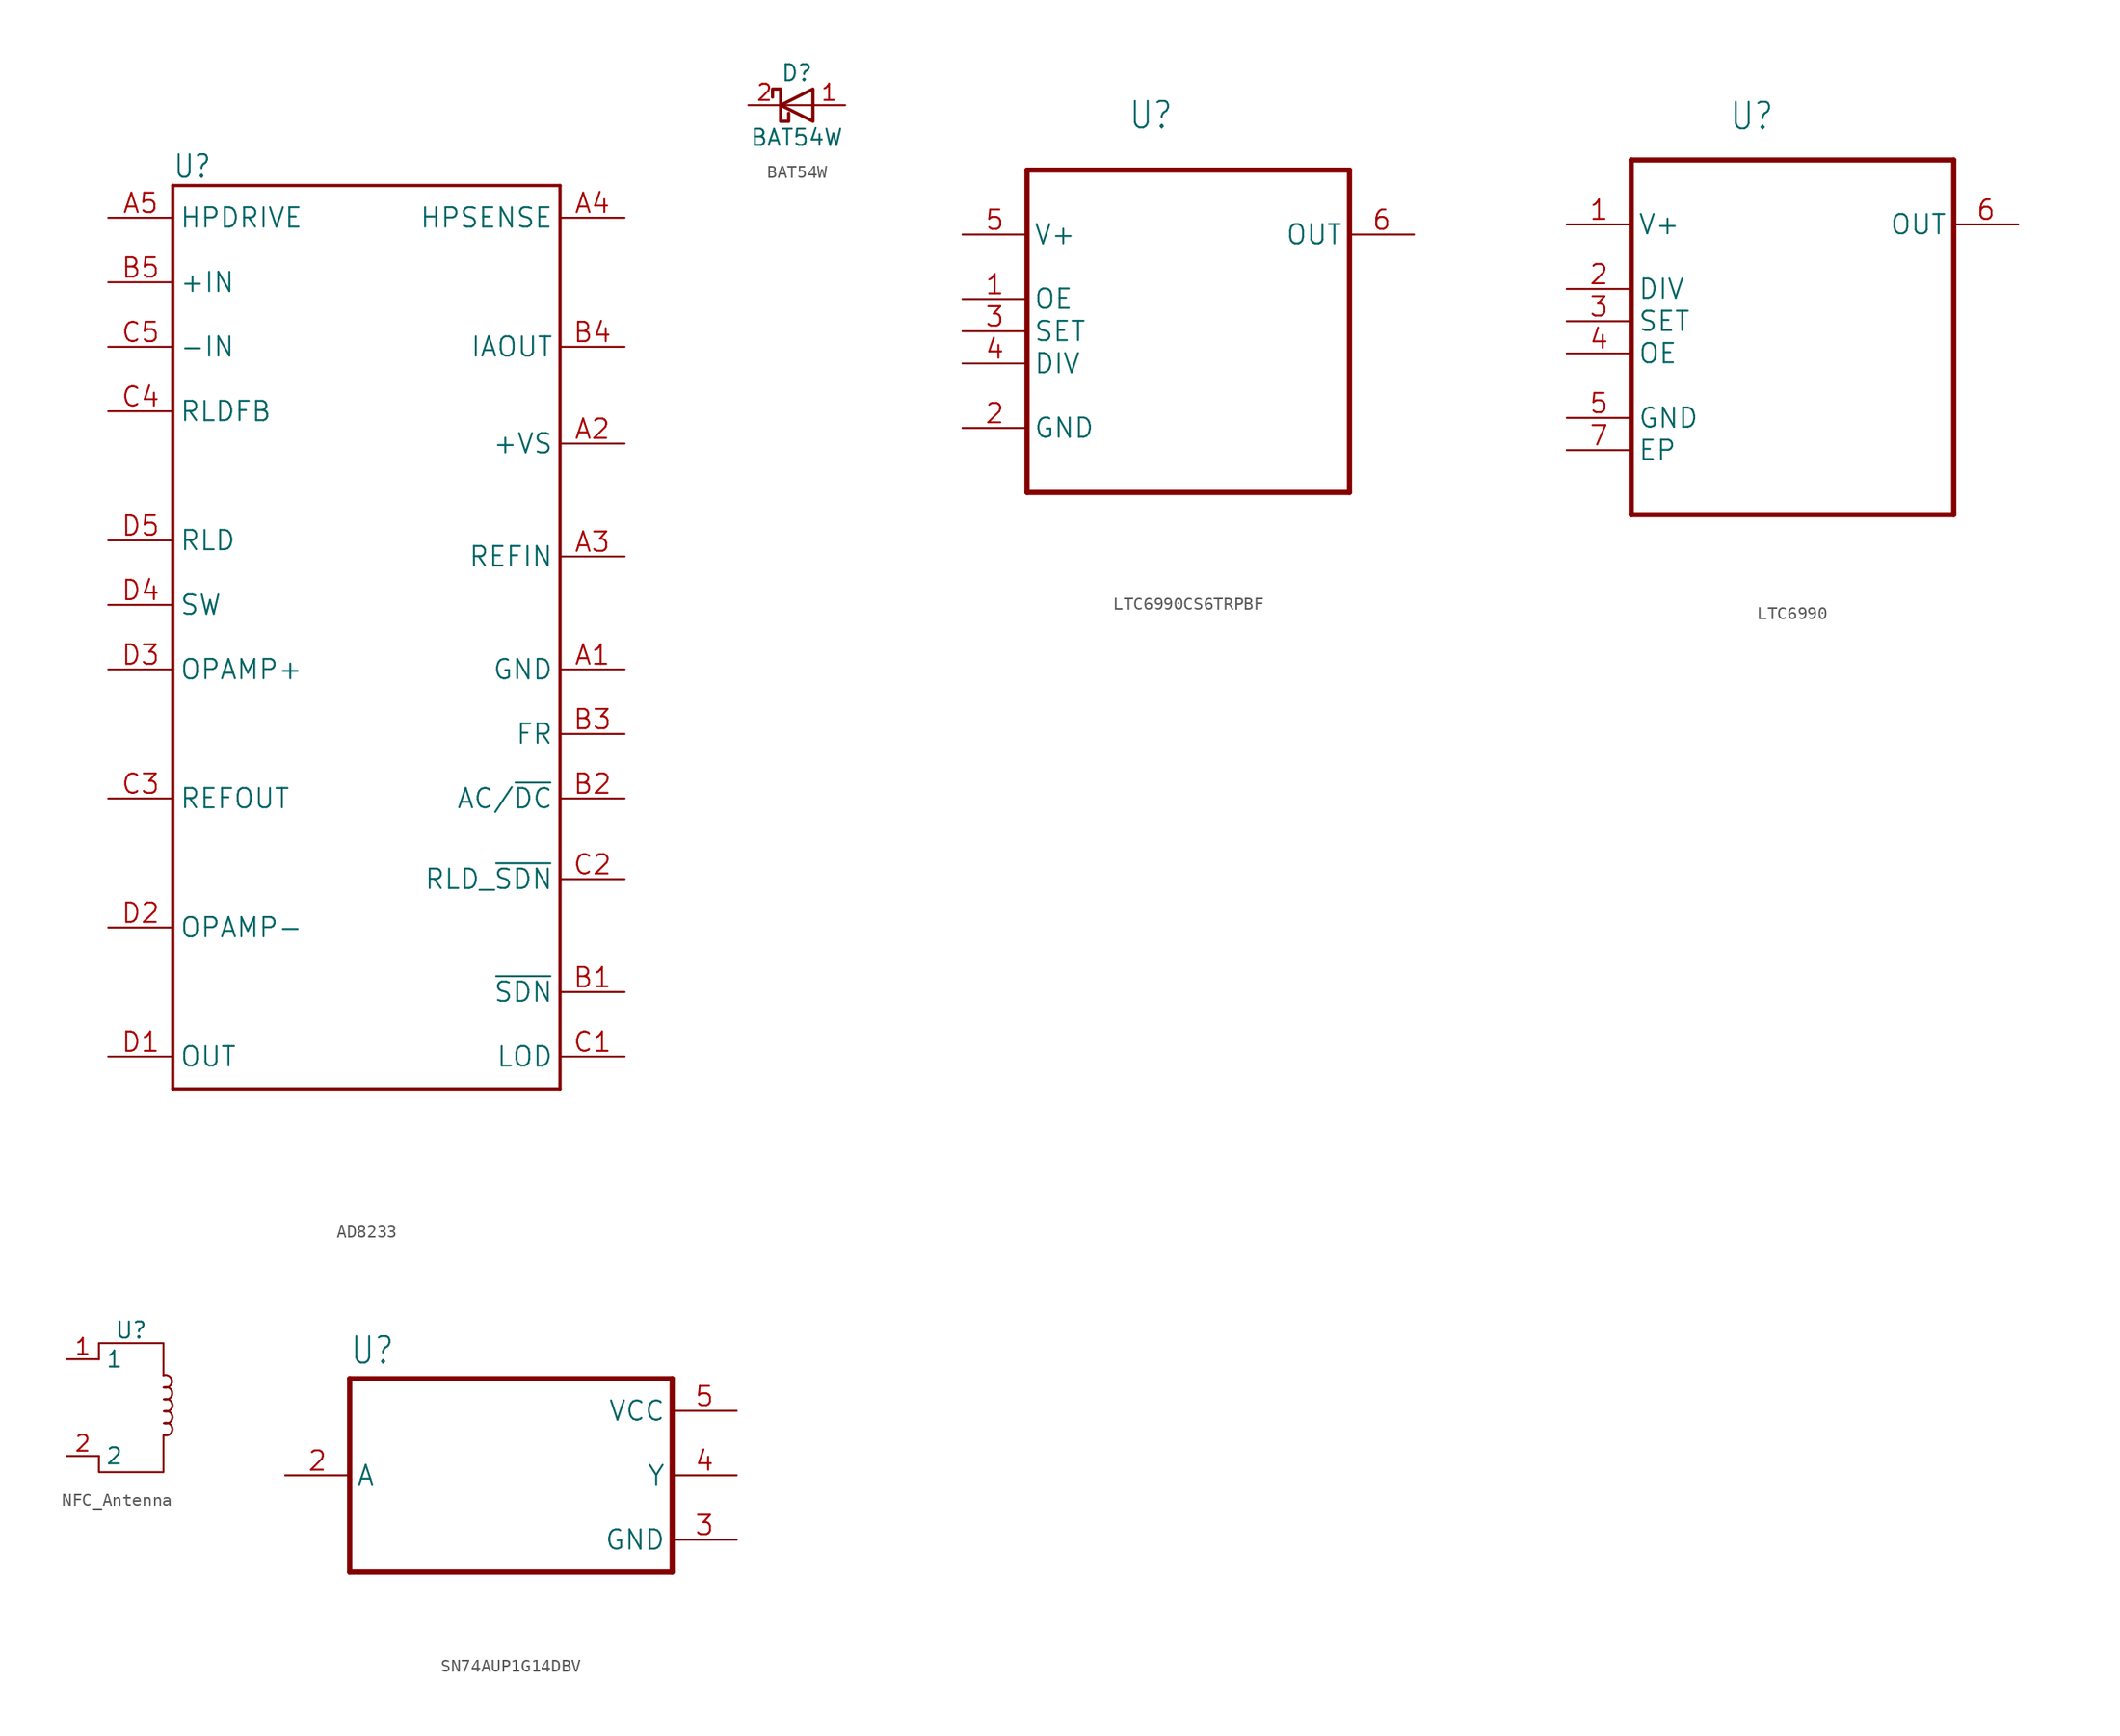
<source format=kicad_sym>
(kicad_symbol_lib
  (version 20241209)
  (generator "kicad_symbol_editor")
  (generator_version "9.0")
  (symbol "AD8233"
    (property "Reference" "U"
      (at -15.24 38.1 0)
      (effects (font (size 1.778 1.511)) (justify left top)))
    (property "Value" ""
      (at -15.24 -38.1 0)
      (effects (font (size 1.778 1.511)) (justify left bottom)))
    (symbol "AD8233_1_0"
      (polyline (pts (xy -15.24 35.56) (xy 15.24 35.56)) (stroke (width 0.254) (type solid)) (fill (type none)))
      (polyline (pts (xy -15.24 -35.56) (xy -15.24 35.56)) (stroke (width 0.254) (type solid)) (fill (type none)))
      (polyline (pts (xy 15.24 35.56) (xy 15.24 -35.56)) (stroke (width 0.254) (type solid)) (fill (type none)))
      (polyline (pts (xy 15.24 -35.56) (xy -15.24 -35.56)) (stroke (width 0.254) (type solid)) (fill (type none)))
      (pin bidirectional line (at -20.32 33.02 0) (length 5.08) (name "HPDRIVE" (effects (font (size 1.524 1.524)))) (number "A5" (effects (font (size 1.524 1.524)))))
      (pin bidirectional line (at -20.32 27.94 0) (length 5.08) (name "+IN" (effects (font (size 1.524 1.524)))) (number "B5" (effects (font (size 1.524 1.524)))))
      (pin bidirectional line (at -20.32 22.86 0) (length 5.08) (name "-IN" (effects (font (size 1.524 1.524)))) (number "C5" (effects (font (size 1.524 1.524)))))
      (pin bidirectional line (at -20.32 17.78 0) (length 5.08) (name "RLDFB" (effects (font (size 1.524 1.524)))) (number "C4" (effects (font (size 1.524 1.524)))))
      (pin bidirectional line (at -20.32 7.62 0) (length 5.08) (name "RLD" (effects (font (size 1.524 1.524)))) (number "D5" (effects (font (size 1.524 1.524)))))
      (pin bidirectional line (at -20.32 2.54 0) (length 5.08) (name "SW" (effects (font (size 1.524 1.524)))) (number "D4" (effects (font (size 1.524 1.524)))))
      (pin bidirectional line (at -20.32 -2.54 0) (length 5.08) (name "OPAMP+" (effects (font (size 1.524 1.524)))) (number "D3" (effects (font (size 1.524 1.524)))))
      (pin bidirectional line (at -20.32 -12.7 0) (length 5.08) (name "REFOUT" (effects (font (size 1.524 1.524)))) (number "C3" (effects (font (size 1.524 1.524)))))
      (pin bidirectional line (at -20.32 -22.86 0) (length 5.08) (name "OPAMP-" (effects (font (size 1.524 1.524)))) (number "D2" (effects (font (size 1.524 1.524)))))
      (pin bidirectional line (at -20.32 -33.02 0) (length 5.08) (name "OUT" (effects (font (size 1.524 1.524)))) (number "D1" (effects (font (size 1.524 1.524)))))
      (pin bidirectional line (at 20.32 33.02 180) (length 5.08) (name "HPSENSE" (effects (font (size 1.524 1.524)))) (number "A4" (effects (font (size 1.524 1.524)))))
      (pin bidirectional line (at 20.32 22.86 180) (length 5.08) (name "IAOUT" (effects (font (size 1.524 1.524)))) (number "B4" (effects (font (size 1.524 1.524)))))
      (pin bidirectional line (at 20.32 15.24 180) (length 5.08) (name "+VS" (effects (font (size 1.524 1.524)))) (number "A2" (effects (font (size 1.524 1.524)))))
      (pin bidirectional line (at 20.32 6.35 180) (length 5.08) (name "REFIN" (effects (font (size 1.524 1.524)))) (number "A3" (effects (font (size 1.524 1.524)))))
      (pin bidirectional line (at 20.32 -2.54 180) (length 5.08) (name "GND" (effects (font (size 1.524 1.524)))) (number "A1" (effects (font (size 1.524 1.524)))))
      (pin bidirectional line (at 20.32 -7.62 180) (length 5.08) (name "FR" (effects (font (size 1.524 1.524)))) (number "B3" (effects (font (size 1.524 1.524)))))
      (pin bidirectional line (at 20.32 -12.7 180) (length 5.08) (name "AC/~{DC}" (effects (font (size 1.524 1.524)))) (number "B2" (effects (font (size 1.524 1.524)))))
      (pin bidirectional line (at 20.32 -19.05 180) (length 5.08) (name "RLD_~{SDN}" (effects (font (size 1.524 1.524)))) (number "C2" (effects (font (size 1.524 1.524)))))
      (pin bidirectional line (at 20.32 -27.94 180) (length 5.08) (name "~{SDN}" (effects (font (size 1.524 1.524)))) (number "B1" (effects (font (size 1.524 1.524)))))
      (pin bidirectional line (at 20.32 -33.02 180) (length 5.08) (name "LOD" (effects (font (size 1.524 1.524)))) (number "C1" (effects (font (size 1.524 1.524)))))))
  (symbol "BAT54W"
    (pin_names
      (offset 1.016)
      (hide yes))
    (property "Reference" "D"
      (at 0 2.54 0)
      (effects (font (size 1.27 1.27))))
    (property "Value" "BAT54W"
      (at 0 -2.54 0)
      (effects (font (size 1.27 1.27))))
    (symbol "BAT54W_0_1"
      (polyline (pts (xy -1.905 0.635) (xy -1.905 1.27) (xy -1.27 1.27) (xy -1.27 -1.27) (xy -0.635 -1.27) (xy -0.635 -0.635)) (stroke (width 0.254) (type default)) (fill (type none)))
      (polyline (pts (xy 1.27 1.27) (xy 1.27 -1.27) (xy -1.27 0) (xy 1.27 1.27)) (stroke (width 0.254) (type default)) (fill (type none)))
      (polyline (pts (xy 1.27 0) (xy -1.27 0)) (stroke (width 0) (type default)) (fill (type none))))
    (symbol "BAT54W_1_1"
      (pin passive line (at -3.81 0 0) (length 2.54) (name "K" (effects (font (size 1.27 1.27)))) (number "2" (effects (font (size 1.27 1.27)))))
      (pin passive line (at 3.81 0 180) (length 2.54) (name "A" (effects (font (size 1.27 1.27)))) (number "1" (effects (font (size 1.27 1.27)))))))
  (symbol "LTC6990CS6TRPBF"
    (property "Reference" "U"
      (at -4.724 13.259 0)
      (effects (font (size 2.083 1.77)) (justify left bottom)))
    (property "Value" ""
      (at -6.071 -19.406 0)
      (effects (font (size 2.083 1.77)) (justify left bottom)))
    (property "ki_locked" ""
      (at 0 0 0)
      (effects (font (size 1.27 1.27))))
    (symbol "LTC6990CS6TRPBF_1_0"
      (polyline (pts (xy -12.7 10.16) (xy -12.7 -15.24)) (stroke (width 0.406) (type solid)) (fill (type none)))
      (polyline (pts (xy -12.7 -15.24) (xy 12.7 -15.24)) (stroke (width 0.406) (type solid)) (fill (type none)))
      (polyline (pts (xy 12.7 10.16) (xy -12.7 10.16)) (stroke (width 0.406) (type solid)) (fill (type none)))
      (polyline (pts (xy 12.7 -15.24) (xy 12.7 10.16)) (stroke (width 0.406) (type solid)) (fill (type none)))
      (pin power_in line (at -17.78 5.08 0) (length 5.08) (name "V+" (effects (font (size 1.524 1.524)))) (number "5" (effects (font (size 1.524 1.524)))))
      (pin input line (at -17.78 0 0) (length 5.08) (name "OE" (effects (font (size 1.524 1.524)))) (number "1" (effects (font (size 1.524 1.524)))))
      (pin input line (at -17.78 -2.54 0) (length 5.08) (name "SET" (effects (font (size 1.524 1.524)))) (number "3" (effects (font (size 1.524 1.524)))))
      (pin input line (at -17.78 -5.08 0) (length 5.08) (name "DIV" (effects (font (size 1.524 1.524)))) (number "4" (effects (font (size 1.524 1.524)))))
      (pin passive line (at -17.78 -10.16 0) (length 5.08) (name "GND" (effects (font (size 1.524 1.524)))) (number "2" (effects (font (size 1.524 1.524)))))
      (pin output line (at 17.78 5.08 180) (length 5.08) (name "OUT" (effects (font (size 1.524 1.524)))) (number "6" (effects (font (size 1.524 1.524)))))))
  (symbol "LTC6990"
    (property "Reference" "U"
      (at -4.987 12.392 0)
      (effects (font (size 2.087 1.774)) (justify left bottom)))
    (property "Value" ""
      (at -5.744 -20.891 0)
      (effects (font (size 2.084 1.771)) (justify left bottom)))
    (property "ki_locked" ""
      (at 0 0 0)
      (effects (font (size 1.27 1.27))))
    (symbol "LTC6990_1_0"
      (polyline (pts (xy -12.7 10.16) (xy -12.7 -17.78)) (stroke (width 0.406) (type solid)) (fill (type none)))
      (polyline (pts (xy -12.7 -17.78) (xy 12.7 -17.78)) (stroke (width 0.406) (type solid)) (fill (type none)))
      (polyline (pts (xy 12.7 10.16) (xy -12.7 10.16)) (stroke (width 0.406) (type solid)) (fill (type none)))
      (polyline (pts (xy 12.7 -17.78) (xy 12.7 10.16)) (stroke (width 0.406) (type solid)) (fill (type none)))
      (pin power_in line (at -17.78 5.08 0) (length 5.08) (name "V+" (effects (font (size 1.524 1.524)))) (number "1" (effects (font (size 1.524 1.524)))))
      (pin input line (at -17.78 0 0) (length 5.08) (name "DIV" (effects (font (size 1.524 1.524)))) (number "2" (effects (font (size 1.524 1.524)))))
      (pin input line (at -17.78 -2.54 0) (length 5.08) (name "SET" (effects (font (size 1.524 1.524)))) (number "3" (effects (font (size 1.524 1.524)))))
      (pin input line (at -17.78 -5.08 0) (length 5.08) (name "OE" (effects (font (size 1.524 1.524)))) (number "4" (effects (font (size 1.524 1.524)))))
      (pin passive line (at -17.78 -10.16 0) (length 5.08) (name "GND" (effects (font (size 1.524 1.524)))) (number "5" (effects (font (size 1.524 1.524)))))
      (pin passive line (at -17.78 -12.7 0) (length 5.08) (name "EP" (effects (font (size 1.524 1.524)))) (number "7" (effects (font (size 1.524 1.524)))))
      (pin output line (at 17.78 5.08 180) (length 5.08) (name "OUT" (effects (font (size 1.524 1.524)))) (number "6" (effects (font (size 1.524 1.524)))))))
  (symbol "NFC_Antenna"
    (property "Reference" "U"
      (at 0 6.096 0)
      (effects (font (size 1.27 1.27))))
    (property "Value" ""
      (at 0 0 0)
      (effects (font (size 1.27 1.27))))
    (symbol "NFC_Antenna_0_1"
      (polyline (pts (xy -2.54 3.81) (xy -2.54 5.08) (xy 2.54 5.08) (xy 2.54 2.54)) (stroke (width 0) (type default)) (fill (type none)))
      (polyline (pts (xy -2.54 -3.81) (xy -2.54 -5.08) (xy 2.54 -5.08) (xy 2.54 -2.186)) (stroke (width 0) (type default)) (fill (type none)))
      (arc (start 2.54 2.54) (mid 3.026 2.4433) (end 3.175 1.905) (stroke (width 0) (type default)) (fill (type none)))
      (arc (start 3.1771 2.2269) (mid 3.0804 1.7409) (end 2.5421 1.5919) (stroke (width 0) (type default)) (fill (type none)))
      (arc (start 2.5704 1.598) (mid 3.0564 1.5013) (end 3.2054 0.963) (stroke (width 0) (type default)) (fill (type none)))
      (arc (start 3.2075 1.2849) (mid 3.1108 0.7989) (end 2.5725 0.6499) (stroke (width 0) (type default)) (fill (type none)))
      (arc (start 2.5798 0.6559) (mid 3.0658 0.5592) (end 3.2148 0.0209) (stroke (width 0) (type default)) (fill (type none)))
      (arc (start 2.5798 -0.286) (mid 3.0658 -0.3827) (end 3.2148 -0.921) (stroke (width 0) (type default)) (fill (type none)))
      (arc (start 2.5806 -1.2186) (mid 3.0666 -1.3153) (end 3.2156 -1.8536) (stroke (width 0) (type default)) (fill (type none)))
      (arc (start 3.2169 0.3428) (mid 3.1202 -0.1432) (end 2.5819 -0.2922) (stroke (width 0) (type default)) (fill (type none)))
      (arc (start 3.2169 -0.5991) (mid 3.1202 -1.0851) (end 2.5819 -1.2341) (stroke (width 0) (type default)) (fill (type none)))
      (arc (start 3.2177 -1.5317) (mid 3.121 -2.0177) (end 2.5827 -2.1667) (stroke (width 0) (type default)) (fill (type none))))
    (symbol "NFC_Antenna_1_1"
      (pin input line (at -5.08 3.81 0) (length 2.54) (name "1" (effects (font (size 1.27 1.27)))) (number "1" (effects (font (size 1.27 1.27)))))
      (pin input line (at -5.08 -3.81 0) (length 2.54) (name "2" (effects (font (size 1.27 1.27)))) (number "2" (effects (font (size 1.27 1.27)))))))
  (symbol "SN74AUP1G14DBV"
    (property "Reference" "U"
      (at -12.7 8.62 0)
      (effects (font (size 2.083 1.77)) (justify left bottom)))
    (property "Value" ""
      (at -12.7 -11.62 0)
      (effects (font (size 2.083 1.77)) (justify left bottom)))
    (property "ki_locked" ""
      (at 0 0 0)
      (effects (font (size 1.27 1.27))))
    (symbol "SN74AUP1G14DBV_1_0"
      (polyline (pts (xy -12.7 7.62) (xy 12.7 7.62)) (stroke (width 0.41) (type solid)) (fill (type none)))
      (polyline (pts (xy -12.7 -7.62) (xy -12.7 7.62)) (stroke (width 0.41) (type solid)) (fill (type none)))
      (polyline (pts (xy 12.7 7.62) (xy 12.7 -7.62)) (stroke (width 0.41) (type solid)) (fill (type none)))
      (polyline (pts (xy 12.7 -7.62) (xy -12.7 -7.62)) (stroke (width 0.41) (type solid)) (fill (type none)))
      (pin input line (at -17.78 0 0) (length 5.08) (name "A" (effects (font (size 1.524 1.524)))) (number "2" (effects (font (size 1.524 1.524)))))
      (pin power_in line (at 17.78 5.08 180) (length 5.08) (name "VCC" (effects (font (size 1.524 1.524)))) (number "5" (effects (font (size 1.524 1.524)))))
      (pin output line (at 17.78 0 180) (length 5.08) (name "Y" (effects (font (size 1.524 1.524)))) (number "4" (effects (font (size 1.524 1.524)))))
      (pin power_in line (at 17.78 -5.08 180) (length 5.08) (name "GND" (effects (font (size 1.524 1.524)))) (number "3" (effects (font (size 1.524 1.524))))))))
</source>
